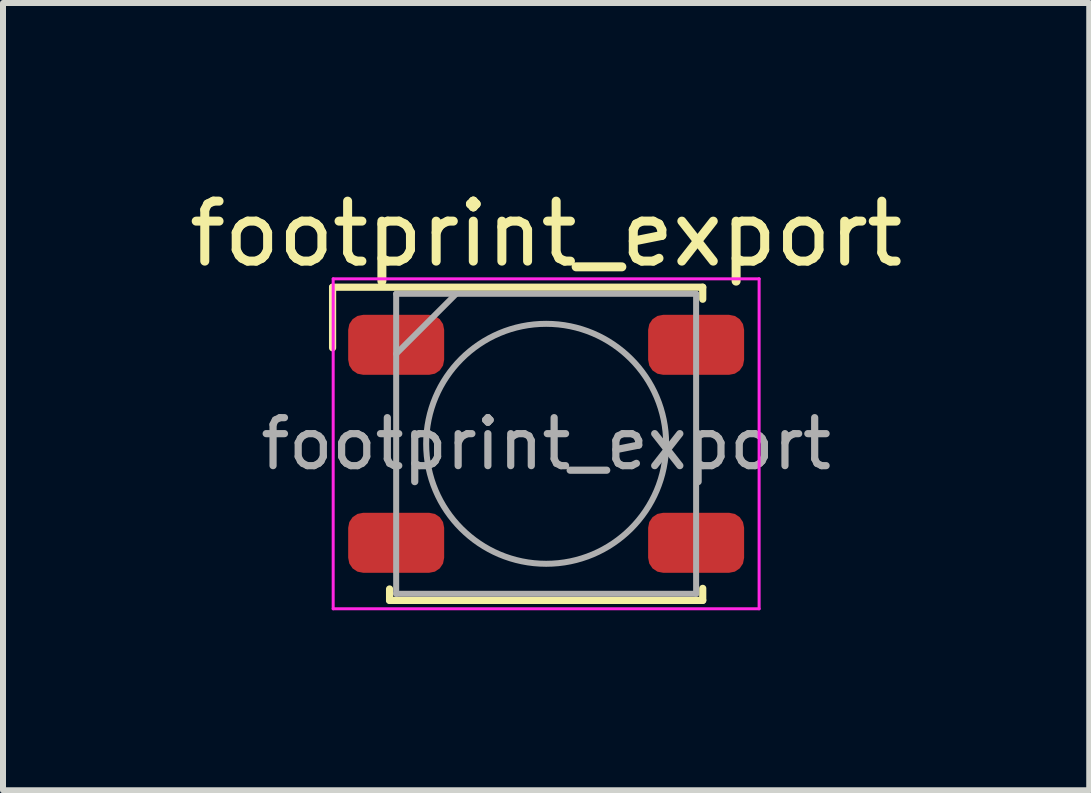
<source format=kicad_pcb>
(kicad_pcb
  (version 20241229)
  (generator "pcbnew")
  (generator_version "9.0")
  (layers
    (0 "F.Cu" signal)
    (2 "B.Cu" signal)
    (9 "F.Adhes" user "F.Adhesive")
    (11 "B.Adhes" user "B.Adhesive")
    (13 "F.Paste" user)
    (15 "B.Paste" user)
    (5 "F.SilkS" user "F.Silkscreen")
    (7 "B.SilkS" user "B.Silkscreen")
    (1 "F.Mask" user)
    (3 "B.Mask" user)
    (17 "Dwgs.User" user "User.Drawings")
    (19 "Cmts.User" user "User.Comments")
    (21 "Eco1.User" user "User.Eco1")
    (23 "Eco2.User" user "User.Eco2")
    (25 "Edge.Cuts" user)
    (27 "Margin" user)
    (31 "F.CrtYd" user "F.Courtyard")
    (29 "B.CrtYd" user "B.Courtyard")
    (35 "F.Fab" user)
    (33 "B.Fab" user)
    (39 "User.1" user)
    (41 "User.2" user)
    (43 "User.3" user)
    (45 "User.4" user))
  (footprint "footprint_export"
    (layer "F.Cu")
    (at 6.054 4.348)
    (property "Reference" "footprint_export" (at 0 -3.5 0) (layer "F.SilkS") (effects (font (size 1 1) (thickness 0.15))))
    (attr smd)
    (fp_line (start -3.56 -2.61) (end 2.61 -2.61) (stroke (width 0.12) (type solid)) (layer "F.SilkS"))
    (fp_line (start -3.56 -1.6) (end -3.56 -2.61) (stroke (width 0.12) (type solid)) (layer "F.SilkS"))
    (fp_line (start -2.61 2.61) (end -2.61 2.42) (stroke (width 0.12) (type solid)) (layer "F.SilkS"))
    (fp_line (start -2.61 2.61) (end 2.61 2.61) (stroke (width 0.12) (type solid)) (layer "F.SilkS"))
    (fp_line (start 2.61 -2.61) (end 2.61 -2.41) (stroke (width 0.12) (type solid)) (layer "F.SilkS"))
    (fp_line (start 2.61 2.61) (end 2.61 2.41) (stroke (width 0.12) (type solid)) (layer "F.SilkS"))
    (fp_line (start -3.55 -2.75) (end -3.55 2.75) (stroke (width 0.05) (type solid)) (layer "F.CrtYd"))
    (fp_line (start -3.55 2.75) (end 3.55 2.75) (stroke (width 0.05) (type solid)) (layer "F.CrtYd"))
    (fp_line (start 3.55 -2.75) (end -3.55 -2.75) (stroke (width 0.05) (type solid)) (layer "F.CrtYd"))
    (fp_line (start 3.55 2.75) (end 3.55 -2.75) (stroke (width 0.05) (type solid)) (layer "F.CrtYd"))
    (fp_line (start -2.5 -2.5) (end -2.5 2.5) (stroke (width 0.1) (type solid)) (layer "F.Fab"))
    (fp_line (start -2.5 -1.5) (end -1.5 -2.5) (stroke (width 0.1) (type solid)) (layer "F.Fab"))
    (fp_line (start -2.5 2.5) (end 2.5 2.5) (stroke (width 0.1) (type solid)) (layer "F.Fab"))
    (fp_line (start 2.5 -2.5) (end -2.5 -2.5) (stroke (width 0.1) (type solid)) (layer "F.Fab"))
    (fp_line (start 2.5 2.5) (end 2.5 -2.5) (stroke (width 0.1) (type solid)) (layer "F.Fab"))
    (fp_circle (center 0 0) (end 0 2) (stroke (width 0.1) (type solid)) (fill no) (layer "F.Fab"))
    (fp_text user "${REFERENCE}" (at 0 0 0) (layer "F.Fab") (effects (font (size 0.8 0.8) (thickness 0.12))))
    (pad "1" smd roundrect (at -2.5 -1.65) (size 1.6 1) (layers "F.Cu" "F.Mask" "F.Paste") (roundrect_rratio 0.25))
    (pad "2" smd roundrect (at -2.5 1.65) (size 1.6 1) (layers "F.Cu" "F.Mask" "F.Paste") (roundrect_rratio 0.25))
    (pad "3" smd roundrect (at 2.5 -1.65) (size 1.6 1) (layers "F.Cu" "F.Mask" "F.Paste") (roundrect_rratio 0.25))
    (pad "4" smd roundrect (at 2.5 1.65) (size 1.6 1) (layers "F.Cu" "F.Mask" "F.Paste") (roundrect_rratio 0.25)))
  (gr_rect
    (start -3 -3)
    (end 15.107 10.123)
    (stroke (width 0.1) (type default))
    (fill no)
    (layer "Edge.Cuts")))
</source>
